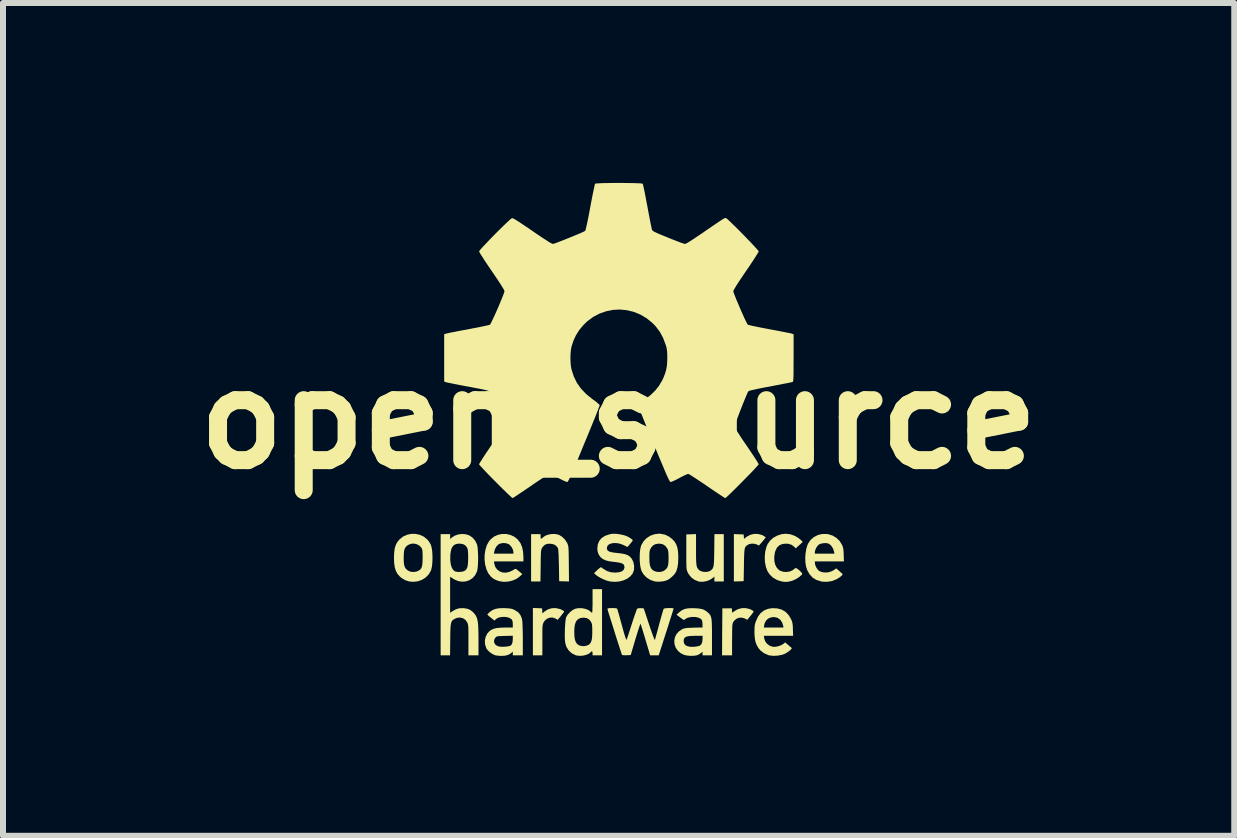
<source format=kicad_pcb>
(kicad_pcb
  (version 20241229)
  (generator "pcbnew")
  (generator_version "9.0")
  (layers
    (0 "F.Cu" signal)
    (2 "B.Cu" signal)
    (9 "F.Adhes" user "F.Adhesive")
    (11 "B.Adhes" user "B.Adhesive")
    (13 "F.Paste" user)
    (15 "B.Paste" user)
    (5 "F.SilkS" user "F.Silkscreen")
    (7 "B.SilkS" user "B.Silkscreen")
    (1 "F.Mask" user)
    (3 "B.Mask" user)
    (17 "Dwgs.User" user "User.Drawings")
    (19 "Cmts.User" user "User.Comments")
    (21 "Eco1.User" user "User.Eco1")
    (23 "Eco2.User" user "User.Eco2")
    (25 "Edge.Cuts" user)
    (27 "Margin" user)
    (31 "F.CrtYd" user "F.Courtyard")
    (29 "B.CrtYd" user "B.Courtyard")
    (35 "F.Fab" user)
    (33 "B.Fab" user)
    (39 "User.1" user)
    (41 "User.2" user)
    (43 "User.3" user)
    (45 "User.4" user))
  (footprint "open_source"
    (layer "F.Cu")
    (at 7.264 3.944)
    (property "Reference" "open_source" (at 0 0 0) (layer "F.SilkS") (effects (font (size 1.5 1.5) (thickness 0.3))))
    (attr board_only exclude_from_pos_files exclude_from_bom)
    (fp_poly (pts (xy 2.191 3.162) (xy 2.246 3.192) (xy 2.25 3.199) (xy 2.246 3.213) (xy 2.231 3.235) (xy 2.204 3.269) (xy 2.203 3.27) (xy 2.146 3.34) (xy 2.108 3.32) (xy 2.058 3.304) (xy 2.008 3.306) (xy 1.963 3.324) (xy 1.925 3.357) (xy 1.91 3.381) (xy 1.904 3.394) (xy 1.9 3.409) (xy 1.897 3.431) (xy 1.895 3.46) (xy 1.894 3.5) (xy 1.893 3.553) (xy 1.893 3.622) (xy 1.892 3.674) (xy 1.892 3.933) (xy 1.809 3.933) (xy 1.725 3.933) (xy 1.727 3.541) (xy 1.73 3.149) (xy 1.809 3.149) (xy 1.888 3.149) (xy 1.891 3.186) (xy 1.894 3.223) (xy 1.926 3.199) (xy 1.987 3.164) (xy 2.054 3.146) (xy 2.124 3.146)) (stroke (width 0) (type solid)) (fill yes) (layer "F.SilkS"))
    (fp_poly (pts (xy 2.324 1.909) (xy 2.389 1.926) (xy 2.421 1.943) (xy 2.454 1.963) (xy 2.435 1.989) (xy 2.418 2.012) (xy 2.393 2.041) (xy 2.378 2.059) (xy 2.34 2.102) (xy 2.309 2.086) (xy 2.27 2.073) (xy 2.224 2.07) (xy 2.182 2.077) (xy 2.156 2.088) (xy 2.138 2.1) (xy 2.125 2.111) (xy 2.114 2.125) (xy 2.106 2.143) (xy 2.101 2.168) (xy 2.097 2.202) (xy 2.094 2.248) (xy 2.092 2.307) (xy 2.09 2.383) (xy 2.09 2.425) (xy 2.085 2.696) (xy 2.003 2.699) (xy 1.922 2.701) (xy 1.922 2.306) (xy 1.922 1.911) (xy 2.003 1.914) (xy 2.085 1.917) (xy 2.088 1.954) (xy 2.091 1.99) (xy 2.134 1.957) (xy 2.193 1.924) (xy 2.257 1.908)) (stroke (width 0) (type solid)) (fill yes) (layer "F.SilkS"))
    (fp_poly (pts (xy -1.353 3.146) (xy -1.276 3.149) (xy -1.273 3.191) (xy -1.27 3.233) (xy -1.232 3.2) (xy -1.177 3.166) (xy -1.113 3.147) (xy -1.047 3.145) (xy -0.98 3.16) (xy -0.959 3.168) (xy -0.931 3.183) (xy -0.912 3.195) (xy -0.907 3.201) (xy -0.913 3.212) (xy -0.928 3.233) (xy -0.951 3.262) (xy -0.961 3.275) (xy -1.016 3.341) (xy -1.048 3.321) (xy -1.094 3.304) (xy -1.142 3.303) (xy -1.188 3.319) (xy -1.227 3.349) (xy -1.249 3.381) (xy -1.256 3.395) (xy -1.261 3.409) (xy -1.265 3.426) (xy -1.268 3.448) (xy -1.27 3.479) (xy -1.271 3.52) (xy -1.271 3.574) (xy -1.271 3.644) (xy -1.271 3.679) (xy -1.271 3.933) (xy -1.35 3.933) (xy -1.429 3.933) (xy -1.429 3.538) (xy -1.429 3.143)) (stroke (width 0) (type solid)) (fill yes) (layer "F.SilkS"))
    (fp_poly (pts (xy 1.291 2.168) (xy 1.291 2.253) (xy 1.292 2.321) (xy 1.294 2.373) (xy 1.297 2.414) (xy 1.302 2.444) (xy 1.309 2.467) (xy 1.319 2.485) (xy 1.331 2.5) (xy 1.344 2.513) (xy 1.377 2.531) (xy 1.419 2.541) (xy 1.465 2.542) (xy 1.507 2.533) (xy 1.525 2.524) (xy 1.543 2.512) (xy 1.558 2.498) (xy 1.57 2.482) (xy 1.578 2.461) (xy 1.585 2.432) (xy 1.589 2.393) (xy 1.592 2.341) (xy 1.593 2.275) (xy 1.595 2.192) (xy 1.595 2.176) (xy 1.598 1.912) (xy 1.676 1.912) (xy 1.754 1.912) (xy 1.754 2.306) (xy 1.754 2.701) (xy 1.676 2.701) (xy 1.597 2.701) (xy 1.597 2.66) (xy 1.597 2.618) (xy 1.575 2.639) (xy 1.528 2.671) (xy 1.471 2.694) (xy 1.411 2.706) (xy 1.354 2.705) (xy 1.336 2.702) (xy 1.266 2.674) (xy 1.209 2.631) (xy 1.165 2.574) (xy 1.151 2.548) (xy 1.145 2.533) (xy 1.14 2.519) (xy 1.136 2.502) (xy 1.133 2.481) (xy 1.131 2.452) (xy 1.13 2.414) (xy 1.129 2.364) (xy 1.129 2.3) (xy 1.129 2.218) (xy 1.129 2.208) (xy 1.129 1.917) (xy 1.21 1.914) (xy 1.291 1.911)) (stroke (width 0) (type solid)) (fill yes) (layer "F.SilkS"))
    (fp_poly (pts (xy -1.007 1.92) (xy -0.994 1.924) (xy -0.943 1.955) (xy -0.897 1.999) (xy -0.862 2.051) (xy -0.856 2.063) (xy -0.85 2.078) (xy -0.844 2.093) (xy -0.84 2.11) (xy -0.837 2.132) (xy -0.835 2.161) (xy -0.833 2.199) (xy -0.832 2.25) (xy -0.831 2.315) (xy -0.83 2.396) (xy -0.83 2.408) (xy -0.827 2.701) (xy -0.909 2.699) (xy -0.991 2.696) (xy -0.995 2.43) (xy -0.998 2.335) (xy -1 2.259) (xy -1.004 2.202) (xy -1.007 2.163) (xy -1.011 2.144) (xy -1.012 2.144) (xy -1.042 2.105) (xy -1.081 2.082) (xy -1.132 2.072) (xy -1.186 2.073) (xy -1.227 2.088) (xy -1.259 2.117) (xy -1.273 2.136) (xy -1.28 2.148) (xy -1.285 2.16) (xy -1.289 2.175) (xy -1.293 2.195) (xy -1.295 2.223) (xy -1.296 2.262) (xy -1.298 2.313) (xy -1.299 2.38) (xy -1.299 2.437) (xy -1.303 2.701) (xy -1.381 2.701) (xy -1.459 2.701) (xy -1.459 2.306) (xy -1.459 1.912) (xy -1.38 1.912) (xy -1.301 1.912) (xy -1.301 1.952) (xy -1.299 1.98) (xy -1.292 1.989) (xy -1.277 1.981) (xy -1.262 1.967) (xy -1.224 1.939) (xy -1.174 1.92) (xy -1.118 1.91) (xy -1.06 1.909)) (stroke (width 0) (type solid)) (fill yes) (layer "F.SilkS"))
    (fp_poly (pts (xy 2.862 1.914) (xy 2.87 1.916) (xy 2.935 1.94) (xy 2.994 1.973) (xy 3.042 2.012) (xy 3.046 2.016) (xy 3.07 2.042) (xy 3.012 2.096) (xy 2.953 2.149) (xy 2.929 2.123) (xy 2.885 2.09) (xy 2.829 2.073) (xy 2.789 2.07) (xy 2.728 2.077) (xy 2.679 2.099) (xy 2.641 2.137) (xy 2.614 2.191) (xy 2.606 2.22) (xy 2.595 2.291) (xy 2.597 2.359) (xy 2.611 2.42) (xy 2.637 2.471) (xy 2.673 2.509) (xy 2.69 2.52) (xy 2.743 2.539) (xy 2.8 2.543) (xy 2.856 2.534) (xy 2.904 2.512) (xy 2.928 2.493) (xy 2.945 2.479) (xy 2.961 2.479) (xy 2.972 2.484) (xy 2.992 2.498) (xy 3.018 2.52) (xy 3.032 2.534) (xy 3.053 2.556) (xy 3.062 2.57) (xy 3.06 2.58) (xy 3.05 2.593) (xy 3.05 2.593) (xy 3.01 2.628) (xy 2.959 2.66) (xy 2.903 2.686) (xy 2.886 2.692) (xy 2.826 2.706) (xy 2.769 2.708) (xy 2.715 2.7) (xy 2.643 2.677) (xy 2.577 2.639) (xy 2.523 2.589) (xy 2.483 2.531) (xy 2.456 2.46) (xy 2.44 2.378) (xy 2.437 2.291) (xy 2.444 2.206) (xy 2.464 2.127) (xy 2.483 2.081) (xy 2.524 2.022) (xy 2.578 1.973) (xy 2.643 1.937) (xy 2.715 1.913) (xy 2.789 1.905)) (stroke (width 0) (type solid)) (fill yes) (layer "F.SilkS"))
    (fp_poly (pts (xy -1.874 1.909) (xy -1.805 1.925) (xy -1.741 1.954) (xy -1.685 1.998) (xy -1.64 2.056) (xy -1.634 2.067) (xy -1.608 2.131) (xy -1.592 2.209) (xy -1.587 2.298) (xy -1.587 2.298) (xy -1.587 2.366) (xy -1.833 2.366) (xy -2.078 2.366) (xy -2.073 2.403) (xy -2.056 2.459) (xy -2.025 2.502) (xy -1.983 2.533) (xy -1.934 2.551) (xy -1.878 2.554) (xy -1.82 2.541) (xy -1.76 2.513) (xy -1.739 2.499) (xy -1.727 2.492) (xy -1.716 2.491) (xy -1.7 2.5) (xy -1.676 2.518) (xy -1.662 2.53) (xy -1.606 2.577) (xy -1.648 2.618) (xy -1.702 2.657) (xy -1.769 2.686) (xy -1.841 2.703) (xy -1.915 2.707) (xy -1.985 2.697) (xy -1.989 2.696) (xy -2.042 2.678) (xy -2.083 2.657) (xy -2.119 2.629) (xy -2.135 2.614) (xy -2.176 2.559) (xy -2.206 2.492) (xy -2.226 2.415) (xy -2.235 2.334) (xy -2.233 2.251) (xy -2.231 2.237) (xy -2.079 2.237) (xy -1.917 2.237) (xy -1.754 2.237) (xy -1.754 2.209) (xy -1.762 2.171) (xy -1.782 2.131) (xy -1.81 2.096) (xy -1.833 2.078) (xy -1.879 2.063) (xy -1.929 2.06) (xy -1.977 2.07) (xy -2.002 2.082) (xy -2.037 2.117) (xy -2.063 2.165) (xy -2.073 2.205) (xy -2.079 2.237) (xy -2.231 2.237) (xy -2.22 2.17) (xy -2.197 2.096) (xy -2.162 2.033) (xy -2.136 2.001) (xy -2.079 1.954) (xy -2.014 1.924) (xy -1.945 1.909)) (stroke (width 0) (type solid)) (fill yes) (layer "F.SilkS"))
    (fp_poly (pts (xy 2.646 3.15) (xy 2.72 3.17) (xy 2.783 3.207) (xy 2.835 3.261) (xy 2.87 3.319) (xy 2.885 3.35) (xy 2.894 3.376) (xy 2.9 3.404) (xy 2.904 3.438) (xy 2.906 3.486) (xy 2.906 3.496) (xy 2.91 3.607) (xy 2.666 3.607) (xy 2.422 3.607) (xy 2.428 3.648) (xy 2.444 3.699) (xy 2.476 3.741) (xy 2.52 3.773) (xy 2.572 3.79) (xy 2.616 3.79) (xy 2.666 3.78) (xy 2.714 3.762) (xy 2.748 3.741) (xy 2.777 3.717) (xy 2.83 3.762) (xy 2.857 3.785) (xy 2.877 3.802) (xy 2.887 3.811) (xy 2.887 3.811) (xy 2.885 3.821) (xy 2.87 3.838) (xy 2.846 3.859) (xy 2.816 3.88) (xy 2.785 3.9) (xy 2.766 3.909) (xy 2.711 3.927) (xy 2.647 3.938) (xy 2.582 3.941) (xy 2.523 3.935) (xy 2.496 3.929) (xy 2.423 3.896) (xy 2.365 3.851) (xy 2.332 3.812) (xy 2.304 3.764) (xy 2.284 3.713) (xy 2.272 3.655) (xy 2.266 3.584) (xy 2.265 3.543) (xy 2.266 3.49) (xy 2.267 3.469) (xy 2.422 3.469) (xy 2.586 3.469) (xy 2.749 3.469) (xy 2.744 3.437) (xy 2.726 3.384) (xy 2.696 3.34) (xy 2.656 3.311) (xy 2.647 3.306) (xy 2.592 3.294) (xy 2.54 3.3) (xy 2.494 3.32) (xy 2.458 3.354) (xy 2.434 3.4) (xy 2.428 3.428) (xy 2.422 3.469) (xy 2.267 3.469) (xy 2.268 3.449) (xy 2.274 3.414) (xy 2.284 3.379) (xy 2.29 3.363) (xy 2.324 3.287) (xy 2.369 3.227) (xy 2.425 3.184) (xy 2.493 3.157) (xy 2.564 3.146)) (stroke (width 0) (type solid)) (fill yes) (layer "F.SilkS"))
    (fp_poly (pts (xy 3.491 1.912) (xy 3.567 1.935) (xy 3.633 1.975) (xy 3.687 2.028) (xy 3.727 2.094) (xy 3.738 2.123) (xy 3.746 2.154) (xy 3.75 2.194) (xy 3.753 2.248) (xy 3.753 2.255) (xy 3.757 2.366) (xy 3.515 2.366) (xy 3.272 2.366) (xy 3.273 2.393) (xy 3.28 2.433) (xy 3.301 2.476) (xy 3.328 2.512) (xy 3.342 2.524) (xy 3.383 2.543) (xy 3.431 2.551) (xy 3.495 2.549) (xy 3.553 2.531) (xy 3.593 2.508) (xy 3.629 2.483) (xy 3.682 2.529) (xy 3.708 2.553) (xy 3.727 2.571) (xy 3.736 2.581) (xy 3.736 2.582) (xy 3.728 2.595) (xy 3.707 2.615) (xy 3.678 2.637) (xy 3.645 2.658) (xy 3.631 2.665) (xy 3.554 2.695) (xy 3.471 2.707) (xy 3.388 2.703) (xy 3.376 2.7) (xy 3.299 2.676) (xy 3.235 2.636) (xy 3.184 2.581) (xy 3.145 2.512) (xy 3.125 2.449) (xy 3.115 2.384) (xy 3.112 2.31) (xy 3.117 2.233) (xy 3.121 2.211) (xy 3.272 2.211) (xy 3.272 2.237) (xy 3.436 2.237) (xy 3.599 2.237) (xy 3.593 2.205) (xy 3.573 2.147) (xy 3.543 2.102) (xy 3.519 2.081) (xy 3.495 2.068) (xy 3.47 2.062) (xy 3.436 2.061) (xy 3.425 2.062) (xy 3.374 2.07) (xy 3.339 2.085) (xy 3.339 2.085) (xy 3.313 2.112) (xy 3.291 2.148) (xy 3.276 2.187) (xy 3.272 2.211) (xy 3.121 2.211) (xy 3.129 2.16) (xy 3.147 2.097) (xy 3.16 2.068) (xy 3.202 2.007) (xy 3.257 1.96) (xy 3.322 1.927) (xy 3.394 1.909) (xy 3.471 1.909)) (stroke (width 0) (type solid)) (fill yes) (layer "F.SilkS"))
    (fp_poly (pts (xy -3.382 1.908) (xy -3.312 1.924) (xy -3.248 1.954) (xy -3.192 1.999) (xy -3.175 2.019) (xy -3.153 2.05) (xy -3.134 2.083) (xy -3.129 2.094) (xy -3.117 2.137) (xy -3.108 2.193) (xy -3.104 2.259) (xy -3.103 2.328) (xy -3.106 2.395) (xy -3.113 2.456) (xy -3.124 2.504) (xy -3.129 2.519) (xy -3.166 2.583) (xy -3.217 2.635) (xy -3.279 2.674) (xy -3.35 2.699) (xy -3.427 2.707) (xy -3.49 2.701) (xy -3.562 2.678) (xy -3.627 2.637) (xy -3.649 2.617) (xy -3.687 2.574) (xy -3.714 2.524) (xy -3.732 2.465) (xy -3.742 2.393) (xy -3.745 2.306) (xy -3.583 2.306) (xy -3.582 2.371) (xy -3.577 2.419) (xy -3.567 2.455) (xy -3.552 2.483) (xy -3.529 2.506) (xy -3.509 2.521) (xy -3.468 2.538) (xy -3.419 2.543) (xy -3.37 2.536) (xy -3.341 2.525) (xy -3.314 2.507) (xy -3.294 2.487) (xy -3.281 2.46) (xy -3.273 2.423) (xy -3.269 2.373) (xy -3.267 2.307) (xy -3.267 2.306) (xy -3.268 2.251) (xy -3.269 2.211) (xy -3.272 2.182) (xy -3.277 2.162) (xy -3.284 2.145) (xy -3.287 2.14) (xy -3.319 2.105) (xy -3.362 2.081) (xy -3.411 2.069) (xy -3.46 2.072) (xy -3.505 2.09) (xy -3.509 2.092) (xy -3.538 2.114) (xy -3.558 2.138) (xy -3.571 2.168) (xy -3.579 2.208) (xy -3.582 2.261) (xy -3.583 2.306) (xy -3.745 2.306) (xy -3.742 2.221) (xy -3.733 2.15) (xy -3.715 2.092) (xy -3.689 2.043) (xy -3.653 2) (xy -3.65 1.997) (xy -3.592 1.951) (xy -3.525 1.922) (xy -3.455 1.907)) (stroke (width 0) (type solid)) (fill yes) (layer "F.SilkS"))
    (fp_poly (pts (xy 0.703 1.906) (xy 0.776 1.921) (xy 0.841 1.953) (xy 0.892 1.992) (xy 0.931 2.033) (xy 0.959 2.079) (xy 0.979 2.132) (xy 0.99 2.195) (xy 0.995 2.273) (xy 0.995 2.306) (xy 0.992 2.398) (xy 0.98 2.473) (xy 0.961 2.532) (xy 0.956 2.543) (xy 0.928 2.584) (xy 0.888 2.625) (xy 0.844 2.66) (xy 0.808 2.68) (xy 0.756 2.696) (xy 0.695 2.704) (xy 0.634 2.704) (xy 0.603 2.7) (xy 0.531 2.676) (xy 0.467 2.636) (xy 0.416 2.583) (xy 0.382 2.526) (xy 0.368 2.479) (xy 0.358 2.419) (xy 0.352 2.35) (xy 0.352 2.306) (xy 0.513 2.306) (xy 0.515 2.378) (xy 0.523 2.433) (xy 0.538 2.474) (xy 0.56 2.504) (xy 0.59 2.525) (xy 0.591 2.526) (xy 0.637 2.54) (xy 0.687 2.543) (xy 0.734 2.533) (xy 0.759 2.521) (xy 0.788 2.498) (xy 0.809 2.473) (xy 0.822 2.442) (xy 0.829 2.401) (xy 0.833 2.346) (xy 0.833 2.311) (xy 0.832 2.257) (xy 0.83 2.219) (xy 0.826 2.19) (xy 0.82 2.168) (xy 0.813 2.154) (xy 0.781 2.109) (xy 0.738 2.081) (xy 0.685 2.07) (xy 0.676 2.07) (xy 0.619 2.077) (xy 0.574 2.1) (xy 0.541 2.138) (xy 0.535 2.149) (xy 0.525 2.171) (xy 0.518 2.193) (xy 0.515 2.221) (xy 0.513 2.26) (xy 0.513 2.306) (xy 0.352 2.306) (xy 0.352 2.278) (xy 0.355 2.208) (xy 0.364 2.147) (xy 0.377 2.098) (xy 0.379 2.095) (xy 0.416 2.031) (xy 0.467 1.978) (xy 0.529 1.938) (xy 0.599 1.913) (xy 0.674 1.904)) (stroke (width 0) (type solid)) (fill yes) (layer "F.SilkS"))
    (fp_poly (pts (xy -0.276 3.381) (xy -0.276 3.933) (xy -0.355 3.933) (xy -0.434 3.933) (xy -0.434 3.898) (xy -0.437 3.872) (xy -0.446 3.865) (xy -0.461 3.876) (xy -0.465 3.88) (xy -0.497 3.907) (xy -0.544 3.926) (xy -0.597 3.938) (xy -0.653 3.941) (xy -0.705 3.934) (xy -0.721 3.929) (xy -0.783 3.897) (xy -0.833 3.85) (xy -0.87 3.792) (xy -0.887 3.739) (xy -0.893 3.701) (xy -0.896 3.651) (xy -0.897 3.592) (xy -0.896 3.537) (xy -0.739 3.537) (xy -0.737 3.611) (xy -0.729 3.668) (xy -0.714 3.711) (xy -0.692 3.743) (xy -0.661 3.764) (xy -0.645 3.771) (xy -0.594 3.78) (xy -0.54 3.774) (xy -0.502 3.758) (xy -0.478 3.739) (xy -0.46 3.711) (xy -0.448 3.673) (xy -0.441 3.622) (xy -0.439 3.554) (xy -0.439 3.539) (xy -0.439 3.484) (xy -0.441 3.445) (xy -0.444 3.417) (xy -0.45 3.396) (xy -0.459 3.376) (xy -0.489 3.336) (xy -0.53 3.312) (xy -0.581 3.304) (xy -0.599 3.305) (xy -0.647 3.314) (xy -0.683 3.335) (xy -0.71 3.368) (xy -0.728 3.417) (xy -0.737 3.481) (xy -0.739 3.537) (xy -0.896 3.537) (xy -0.896 3.528) (xy -0.894 3.465) (xy -0.89 3.405) (xy -0.885 3.353) (xy -0.879 3.314) (xy -0.873 3.294) (xy -0.85 3.256) (xy -0.815 3.217) (xy -0.774 3.183) (xy -0.733 3.16) (xy -0.722 3.156) (xy -0.668 3.146) (xy -0.61 3.147) (xy -0.555 3.157) (xy -0.506 3.176) (xy -0.47 3.201) (xy -0.465 3.207) (xy -0.45 3.22) (xy -0.442 3.223) (xy -0.44 3.214) (xy -0.437 3.188) (xy -0.436 3.148) (xy -0.434 3.097) (xy -0.434 3.038) (xy -0.434 3.026) (xy -0.434 2.829) (xy -0.355 2.829) (xy -0.276 2.829)) (stroke (width 0) (type solid)) (fill yes) (layer "F.SilkS"))
    (fp_poly (pts (xy -0.017 1.909) (xy 0.039 1.918) (xy 0.091 1.93) (xy 0.127 1.942) (xy 0.164 1.96) (xy 0.198 1.98) (xy 0.223 1.998) (xy 0.236 2.011) (xy 0.236 2.014) (xy 0.231 2.025) (xy 0.215 2.047) (xy 0.193 2.074) (xy 0.192 2.075) (xy 0.147 2.127) (xy 0.087 2.096) (xy 0.032 2.074) (xy -0.022 2.062) (xy -0.073 2.06) (xy -0.119 2.066) (xy -0.157 2.081) (xy -0.183 2.104) (xy -0.195 2.134) (xy -0.193 2.163) (xy -0.184 2.182) (xy -0.165 2.197) (xy -0.135 2.209) (xy -0.09 2.218) (xy -0.029 2.226) (xy -0.014 2.227) (xy 0.058 2.236) (xy 0.114 2.248) (xy 0.157 2.265) (xy 0.19 2.288) (xy 0.217 2.319) (xy 0.219 2.322) (xy 0.246 2.376) (xy 0.259 2.439) (xy 0.257 2.504) (xy 0.255 2.515) (xy 0.234 2.569) (xy 0.196 2.615) (xy 0.145 2.654) (xy 0.083 2.682) (xy 0.013 2.701) (xy -0.064 2.707) (xy -0.144 2.701) (xy -0.148 2.7) (xy -0.197 2.687) (xy -0.253 2.665) (xy -0.308 2.638) (xy -0.355 2.609) (xy -0.375 2.594) (xy -0.409 2.564) (xy -0.379 2.533) (xy -0.353 2.508) (xy -0.327 2.485) (xy -0.322 2.482) (xy -0.294 2.462) (xy -0.251 2.493) (xy -0.191 2.528) (xy -0.129 2.547) (xy -0.059 2.553) (xy 0.005 2.548) (xy 0.053 2.533) (xy 0.083 2.509) (xy 0.097 2.475) (xy 0.097 2.452) (xy 0.091 2.428) (xy 0.076 2.41) (xy 0.051 2.397) (xy 0.013 2.387) (xy -0.042 2.379) (xy -0.067 2.376) (xy -0.148 2.366) (xy -0.213 2.35) (xy -0.263 2.327) (xy -0.301 2.296) (xy -0.329 2.257) (xy -0.336 2.242) (xy -0.348 2.207) (xy -0.354 2.167) (xy -0.355 2.155) (xy -0.347 2.084) (xy -0.323 2.025) (xy -0.283 1.977) (xy -0.227 1.941) (xy -0.155 1.916) (xy -0.112 1.907) (xy -0.07 1.905)) (stroke (width 0) (type solid)) (fill yes) (layer "F.SilkS"))
    (fp_poly (pts (xy -1.891 3.146) (xy -1.841 3.149) (xy -1.804 3.153) (xy -1.776 3.159) (xy -1.749 3.169) (xy -1.728 3.18) (xy -1.675 3.214) (xy -1.639 3.257) (xy -1.615 3.312) (xy -1.607 3.351) (xy -1.604 3.379) (xy -1.602 3.422) (xy -1.6 3.479) (xy -1.598 3.545) (xy -1.597 3.616) (xy -1.597 3.674) (xy -1.597 3.933) (xy -1.681 3.933) (xy -1.764 3.933) (xy -1.764 3.901) (xy -1.764 3.87) (xy -1.787 3.891) (xy -1.829 3.92) (xy -1.884 3.937) (xy -1.952 3.942) (xy -1.954 3.942) (xy -1.994 3.94) (xy -2.031 3.936) (xy -2.056 3.932) (xy -2.105 3.91) (xy -2.152 3.877) (xy -2.19 3.838) (xy -2.206 3.813) (xy -2.226 3.753) (xy -2.229 3.711) (xy -2.077 3.711) (xy -2.063 3.744) (xy -2.034 3.77) (xy -1.995 3.785) (xy -1.962 3.789) (xy -1.921 3.79) (xy -1.878 3.787) (xy -1.839 3.782) (xy -1.81 3.776) (xy -1.803 3.772) (xy -1.781 3.749) (xy -1.768 3.711) (xy -1.764 3.66) (xy -1.764 3.606) (xy -1.898 3.609) (xy -1.952 3.611) (xy -1.99 3.612) (xy -2.015 3.615) (xy -2.031 3.619) (xy -2.043 3.626) (xy -2.052 3.636) (xy -2.056 3.64) (xy -2.075 3.675) (xy -2.077 3.711) (xy -2.229 3.711) (xy -2.23 3.69) (xy -2.218 3.628) (xy -2.191 3.572) (xy -2.155 3.531) (xy -2.122 3.507) (xy -2.083 3.49) (xy -2.035 3.478) (xy -1.974 3.472) (xy -1.898 3.469) (xy -1.891 3.469) (xy -1.764 3.469) (xy -1.764 3.411) (xy -1.767 3.369) (xy -1.776 3.342) (xy -1.782 3.334) (xy -1.813 3.311) (xy -1.856 3.297) (xy -1.906 3.291) (xy -1.957 3.294) (xy -2.003 3.304) (xy -2.039 3.324) (xy -2.045 3.329) (xy -2.069 3.353) (xy -2.129 3.306) (xy -2.157 3.283) (xy -2.178 3.264) (xy -2.188 3.253) (xy -2.188 3.252) (xy -2.181 3.242) (xy -2.163 3.224) (xy -2.147 3.209) (xy -2.105 3.18) (xy -2.059 3.16) (xy -2.004 3.149) (xy -1.936 3.145)) (stroke (width 0) (type solid)) (fill yes) (layer "F.SilkS"))
    (fp_poly (pts (xy 1.265 3.147) (xy 1.328 3.151) (xy 1.375 3.158) (xy 1.412 3.168) (xy 1.443 3.184) (xy 1.473 3.206) (xy 1.478 3.21) (xy 1.499 3.228) (xy 1.516 3.246) (xy 1.529 3.264) (xy 1.539 3.286) (xy 1.546 3.313) (xy 1.551 3.349) (xy 1.554 3.395) (xy 1.556 3.454) (xy 1.557 3.527) (xy 1.557 3.618) (xy 1.557 3.63) (xy 1.557 3.933) (xy 1.478 3.933) (xy 1.4 3.933) (xy 1.4 3.902) (xy 1.4 3.872) (xy 1.37 3.897) (xy 1.339 3.917) (xy 1.306 3.932) (xy 1.303 3.932) (xy 1.255 3.94) (xy 1.197 3.941) (xy 1.14 3.936) (xy 1.092 3.925) (xy 1.091 3.925) (xy 1.031 3.894) (xy 0.985 3.853) (xy 0.952 3.804) (xy 0.933 3.749) (xy 0.929 3.698) (xy 1.085 3.698) (xy 1.093 3.736) (xy 1.116 3.765) (xy 1.148 3.78) (xy 1.176 3.786) (xy 1.188 3.789) (xy 1.215 3.791) (xy 1.253 3.79) (xy 1.294 3.786) (xy 1.33 3.779) (xy 1.355 3.771) (xy 1.358 3.769) (xy 1.382 3.745) (xy 1.395 3.708) (xy 1.4 3.657) (xy 1.4 3.656) (xy 1.4 3.607) (xy 1.276 3.607) (xy 1.209 3.609) (xy 1.159 3.614) (xy 1.124 3.623) (xy 1.102 3.638) (xy 1.089 3.661) (xy 1.085 3.691) (xy 1.085 3.698) (xy 0.929 3.698) (xy 0.928 3.692) (xy 0.938 3.636) (xy 0.962 3.583) (xy 1.001 3.537) (xy 1.055 3.5) (xy 1.064 3.495) (xy 1.086 3.487) (xy 1.11 3.481) (xy 1.14 3.476) (xy 1.182 3.474) (xy 1.238 3.472) (xy 1.254 3.471) (xy 1.4 3.468) (xy 1.399 3.417) (xy 1.397 3.382) (xy 1.391 3.352) (xy 1.387 3.342) (xy 1.365 3.32) (xy 1.33 3.304) (xy 1.285 3.294) (xy 1.236 3.292) (xy 1.188 3.297) (xy 1.144 3.309) (xy 1.111 3.329) (xy 1.11 3.33) (xy 1.099 3.339) (xy 1.089 3.342) (xy 1.075 3.336) (xy 1.054 3.322) (xy 1.028 3.302) (xy 0.966 3.255) (xy 1.01 3.215) (xy 1.052 3.183) (xy 1.099 3.161) (xy 1.155 3.149) (xy 1.224 3.146)) (stroke (width 0) (type solid)) (fill yes) (layer "F.SilkS"))
    (fp_poly (pts (xy 0.888 3.145) (xy 0.91 3.147) (xy 0.917 3.151) (xy 0.915 3.16) (xy 0.909 3.18) (xy 0.899 3.213) (xy 0.884 3.261) (xy 0.864 3.323) (xy 0.84 3.4) (xy 0.81 3.494) (xy 0.774 3.605) (xy 0.738 3.718) (xy 0.669 3.933) (xy 0.597 3.933) (xy 0.526 3.933) (xy 0.448 3.671) (xy 0.428 3.603) (xy 0.409 3.541) (xy 0.393 3.487) (xy 0.379 3.446) (xy 0.37 3.418) (xy 0.365 3.406) (xy 0.365 3.406) (xy 0.361 3.414) (xy 0.352 3.438) (xy 0.339 3.477) (xy 0.322 3.528) (xy 0.304 3.588) (xy 0.283 3.655) (xy 0.28 3.665) (xy 0.202 3.928) (xy 0.131 3.931) (xy 0.096 3.931) (xy 0.069 3.929) (xy 0.057 3.926) (xy 0.056 3.926) (xy 0.052 3.914) (xy 0.043 3.886) (xy 0.029 3.844) (xy 0.012 3.791) (xy -0.008 3.729) (xy -0.03 3.661) (xy -0.053 3.588) (xy -0.076 3.514) (xy -0.099 3.441) (xy -0.121 3.371) (xy -0.141 3.307) (xy -0.159 3.251) (xy -0.173 3.206) (xy -0.182 3.173) (xy -0.187 3.157) (xy -0.187 3.155) (xy -0.178 3.15) (xy -0.155 3.146) (xy -0.124 3.144) (xy -0.089 3.144) (xy -0.058 3.146) (xy -0.034 3.15) (xy -0.024 3.155) (xy -0.02 3.166) (xy -0.012 3.195) (xy 0.001 3.237) (xy 0.016 3.291) (xy 0.033 3.353) (xy 0.052 3.422) (xy 0.054 3.428) (xy 0.075 3.506) (xy 0.092 3.566) (xy 0.106 3.611) (xy 0.116 3.642) (xy 0.123 3.661) (xy 0.129 3.67) (xy 0.133 3.671) (xy 0.136 3.665) (xy 0.142 3.649) (xy 0.153 3.617) (xy 0.168 3.571) (xy 0.186 3.516) (xy 0.206 3.454) (xy 0.222 3.404) (xy 0.243 3.339) (xy 0.263 3.28) (xy 0.281 3.229) (xy 0.295 3.19) (xy 0.304 3.164) (xy 0.308 3.156) (xy 0.326 3.148) (xy 0.361 3.146) (xy 0.369 3.146) (xy 0.419 3.149) (xy 0.509 3.42) (xy 0.532 3.488) (xy 0.553 3.549) (xy 0.572 3.601) (xy 0.587 3.641) (xy 0.598 3.667) (xy 0.604 3.677) (xy 0.605 3.676) (xy 0.609 3.663) (xy 0.617 3.634) (xy 0.629 3.59) (xy 0.644 3.536) (xy 0.661 3.474) (xy 0.676 3.415) (xy 0.695 3.348) (xy 0.712 3.287) (xy 0.727 3.235) (xy 0.739 3.194) (xy 0.748 3.167) (xy 0.752 3.157) (xy 0.765 3.151) (xy 0.79 3.147) (xy 0.823 3.145) (xy 0.857 3.144)) (stroke (width 0) (type solid)) (fill yes) (layer "F.SilkS"))
    (fp_poly (pts (xy -2.548 1.914) (xy -2.491 1.932) (xy -2.437 1.968) (xy -2.393 2.018) (xy -2.363 2.078) (xy -2.359 2.089) (xy -2.352 2.125) (xy -2.347 2.176) (xy -2.344 2.236) (xy -2.342 2.302) (xy -2.343 2.368) (xy -2.346 2.429) (xy -2.351 2.482) (xy -2.357 2.521) (xy -2.36 2.531) (xy -2.39 2.594) (xy -2.433 2.643) (xy -2.486 2.679) (xy -2.546 2.7) (xy -2.611 2.705) (xy -2.677 2.694) (xy -2.743 2.665) (xy -2.757 2.656) (xy -2.809 2.622) (xy -2.809 2.923) (xy -2.809 3.224) (xy -2.767 3.195) (xy -2.712 3.164) (xy -2.657 3.148) (xy -2.594 3.146) (xy -2.583 3.146) (xy -2.525 3.155) (xy -2.479 3.173) (xy -2.437 3.203) (xy -2.421 3.219) (xy -2.399 3.244) (xy -2.381 3.269) (xy -2.367 3.298) (xy -2.356 3.332) (xy -2.348 3.374) (xy -2.342 3.426) (xy -2.339 3.49) (xy -2.337 3.569) (xy -2.336 3.665) (xy -2.336 3.684) (xy -2.336 3.933) (xy -2.42 3.933) (xy -2.504 3.933) (xy -2.504 3.679) (xy -2.504 3.601) (xy -2.504 3.54) (xy -2.505 3.494) (xy -2.506 3.46) (xy -2.509 3.434) (xy -2.512 3.415) (xy -2.517 3.4) (xy -2.523 3.386) (xy -2.526 3.38) (xy -2.556 3.339) (xy -2.598 3.313) (xy -2.645 3.302) (xy -2.696 3.308) (xy -2.73 3.323) (xy -2.751 3.335) (xy -2.767 3.347) (xy -2.78 3.362) (xy -2.789 3.383) (xy -2.796 3.41) (xy -2.801 3.447) (xy -2.804 3.495) (xy -2.806 3.558) (xy -2.807 3.638) (xy -2.807 3.669) (xy -2.81 3.933) (xy -2.889 3.933) (xy -2.967 3.933) (xy -2.967 2.922) (xy -2.967 2.344) (xy -2.807 2.344) (xy -2.799 2.412) (xy -2.783 2.467) (xy -2.759 2.508) (xy -2.729 2.532) (xy -2.727 2.533) (xy -2.693 2.541) (xy -2.652 2.542) (xy -2.61 2.538) (xy -2.577 2.529) (xy -2.572 2.526) (xy -2.548 2.509) (xy -2.531 2.487) (xy -2.52 2.457) (xy -2.513 2.415) (xy -2.509 2.36) (xy -2.508 2.306) (xy -2.509 2.248) (xy -2.511 2.206) (xy -2.514 2.175) (xy -2.52 2.153) (xy -2.526 2.138) (xy -2.553 2.101) (xy -2.592 2.079) (xy -2.643 2.07) (xy -2.653 2.07) (xy -2.704 2.075) (xy -2.743 2.093) (xy -2.772 2.124) (xy -2.792 2.17) (xy -2.803 2.232) (xy -2.806 2.265) (xy -2.807 2.344) (xy -2.967 2.344) (xy -2.967 1.912) (xy -2.888 1.912) (xy -2.809 1.912) (xy -2.809 1.953) (xy -2.809 1.994) (xy -2.787 1.973) (xy -2.738 1.94) (xy -2.678 1.918) (xy -2.613 1.909)) (stroke (width 0) (type solid)) (fill yes) (layer "F.SilkS"))
    (fp_poly (pts (xy 0.115 -3.943) (xy 0.188 -3.942) (xy 0.254 -3.941) (xy 0.311 -3.939) (xy 0.356 -3.937) (xy 0.387 -3.934) (xy 0.402 -3.931) (xy 0.402 -3.93) (xy 0.406 -3.918) (xy 0.413 -3.889) (xy 0.423 -3.844) (xy 0.435 -3.787) (xy 0.448 -3.72) (xy 0.462 -3.645) (xy 0.478 -3.563) (xy 0.493 -3.481) (xy 0.508 -3.403) (xy 0.521 -3.333) (xy 0.533 -3.273) (xy 0.543 -3.225) (xy 0.55 -3.191) (xy 0.554 -3.175) (xy 0.557 -3.165) (xy 0.561 -3.157) (xy 0.567 -3.149) (xy 0.578 -3.14) (xy 0.595 -3.13) (xy 0.62 -3.118) (xy 0.655 -3.102) (xy 0.702 -3.082) (xy 0.763 -3.057) (xy 0.84 -3.026) (xy 0.873 -3.012) (xy 0.934 -2.988) (xy 0.991 -2.966) (xy 1.039 -2.948) (xy 1.077 -2.935) (xy 1.101 -2.928) (xy 1.107 -2.927) (xy 1.122 -2.932) (xy 1.151 -2.947) (xy 1.193 -2.973) (xy 1.249 -3.009) (xy 1.32 -3.057) (xy 1.407 -3.115) (xy 1.433 -3.134) (xy 1.516 -3.19) (xy 1.584 -3.237) (xy 1.638 -3.274) (xy 1.682 -3.303) (xy 1.715 -3.325) (xy 1.739 -3.34) (xy 1.757 -3.351) (xy 1.77 -3.356) (xy 1.778 -3.359) (xy 1.785 -3.359) (xy 1.791 -3.357) (xy 1.792 -3.357) (xy 1.805 -3.348) (xy 1.829 -3.327) (xy 1.862 -3.296) (xy 1.903 -3.256) (xy 1.951 -3.21) (xy 2.002 -3.159) (xy 2.055 -3.105) (xy 2.108 -3.051) (xy 2.16 -2.997) (xy 2.209 -2.946) (xy 2.252 -2.9) (xy 2.288 -2.861) (xy 2.316 -2.83) (xy 2.332 -2.81) (xy 2.336 -2.803) (xy 2.331 -2.79) (xy 2.315 -2.764) (xy 2.291 -2.725) (xy 2.259 -2.675) (xy 2.221 -2.617) (xy 2.178 -2.552) (xy 2.13 -2.483) (xy 2.124 -2.474) (xy 2.06 -2.379) (xy 2.007 -2.3) (xy 1.966 -2.237) (xy 1.937 -2.189) (xy 1.919 -2.157) (xy 1.913 -2.14) (xy 1.912 -2.139) (xy 1.916 -2.122) (xy 1.927 -2.091) (xy 1.944 -2.048) (xy 1.965 -1.995) (xy 1.99 -1.937) (xy 2.016 -1.875) (xy 2.043 -1.812) (xy 2.07 -1.752) (xy 2.095 -1.696) (xy 2.118 -1.648) (xy 2.136 -1.611) (xy 2.15 -1.587) (xy 2.155 -1.58) (xy 2.169 -1.576) (xy 2.2 -1.568) (xy 2.245 -1.558) (xy 2.303 -1.546) (xy 2.371 -1.532) (xy 2.447 -1.518) (xy 2.523 -1.503) (xy 2.605 -1.488) (xy 2.68 -1.474) (xy 2.749 -1.46) (xy 2.806 -1.449) (xy 2.852 -1.44) (xy 2.882 -1.433) (xy 2.895 -1.429) (xy 2.918 -1.42) (xy 2.918 -1.026) (xy 2.917 -0.928) (xy 2.917 -0.847) (xy 2.917 -0.782) (xy 2.916 -0.732) (xy 2.915 -0.693) (xy 2.913 -0.666) (xy 2.911 -0.647) (xy 2.909 -0.636) (xy 2.905 -0.629) (xy 2.901 -0.626) (xy 2.9 -0.626) (xy 2.887 -0.622) (xy 2.856 -0.615) (xy 2.811 -0.606) (xy 2.753 -0.595) (xy 2.685 -0.581) (xy 2.609 -0.567) (xy 2.529 -0.551) (xy 2.43 -0.533) (xy 2.349 -0.517) (xy 2.285 -0.503) (xy 2.235 -0.492) (xy 2.2 -0.484) (xy 2.177 -0.476) (xy 2.164 -0.47) (xy 2.162 -0.468) (xy 2.154 -0.453) (xy 2.14 -0.422) (xy 2.122 -0.379) (xy 2.1 -0.327) (xy 2.076 -0.267) (xy 2.051 -0.204) (xy 2.025 -0.139) (xy 2.001 -0.076) (xy 1.979 -0.017) (xy 1.959 0.034) (xy 1.944 0.076) (xy 1.935 0.104) (xy 1.932 0.117) (xy 1.937 0.131) (xy 1.954 0.16) (xy 1.98 0.203) (xy 2.015 0.258) (xy 2.058 0.324) (xy 2.109 0.399) (xy 2.134 0.435) (xy 2.18 0.503) (xy 2.223 0.567) (xy 2.261 0.623) (xy 2.292 0.672) (xy 2.316 0.71) (xy 2.331 0.736) (xy 2.336 0.747) (xy 2.329 0.757) (xy 2.31 0.779) (xy 2.281 0.811) (xy 2.243 0.852) (xy 2.198 0.899) (xy 2.148 0.95) (xy 2.095 1.004) (xy 2.041 1.059) (xy 1.987 1.113) (xy 1.936 1.164) (xy 1.889 1.21) (xy 1.848 1.25) (xy 1.815 1.281) (xy 1.791 1.302) (xy 1.779 1.311) (xy 1.778 1.311) (xy 1.768 1.306) (xy 1.743 1.29) (xy 1.706 1.266) (xy 1.658 1.234) (xy 1.602 1.197) (xy 1.539 1.154) (xy 1.473 1.109) (xy 1.405 1.062) (xy 1.341 1.02) (xy 1.284 0.982) (xy 1.236 0.951) (xy 1.198 0.927) (xy 1.172 0.912) (xy 1.16 0.907) (xy 1.146 0.911) (xy 1.117 0.924) (xy 1.078 0.942) (xy 1.033 0.965) (xy 1.013 0.976) (xy 0.966 1.001) (xy 0.924 1.021) (xy 0.891 1.035) (xy 0.869 1.042) (xy 0.865 1.043) (xy 0.86 1.039) (xy 0.852 1.028) (xy 0.842 1.01) (xy 0.828 0.982) (xy 0.81 0.944) (xy 0.788 0.895) (xy 0.762 0.833) (xy 0.73 0.757) (xy 0.692 0.667) (xy 0.648 0.561) (xy 0.597 0.438) (xy 0.585 0.411) (xy 0.542 0.305) (xy 0.5 0.205) (xy 0.462 0.111) (xy 0.427 0.025) (xy 0.396 -0.052) (xy 0.37 -0.117) (xy 0.35 -0.169) (xy 0.335 -0.208) (xy 0.327 -0.23) (xy 0.325 -0.236) (xy 0.334 -0.251) (xy 0.36 -0.275) (xy 0.402 -0.308) (xy 0.437 -0.333) (xy 0.531 -0.405) (xy 0.608 -0.479) (xy 0.671 -0.558) (xy 0.723 -0.644) (xy 0.748 -0.696) (xy 0.775 -0.766) (xy 0.794 -0.832) (xy 0.806 -0.9) (xy 0.811 -0.977) (xy 0.812 -1.03) (xy 0.811 -1.088) (xy 0.809 -1.132) (xy 0.804 -1.169) (xy 0.797 -1.205) (xy 0.785 -1.245) (xy 0.742 -1.36) (xy 0.688 -1.461) (xy 0.619 -1.552) (xy 0.565 -1.608) (xy 0.468 -1.687) (xy 0.364 -1.749) (xy 0.253 -1.794) (xy 0.139 -1.822) (xy 0.023 -1.833) (xy -0.094 -1.827) (xy -0.208 -1.804) (xy -0.319 -1.765) (xy -0.425 -1.709) (xy -0.523 -1.636) (xy -0.588 -1.573) (xy -0.656 -1.491) (xy -0.71 -1.406) (xy -0.753 -1.313) (xy -0.786 -1.211) (xy -0.795 -1.16) (xy -0.801 -1.096) (xy -0.803 -1.025) (xy -0.801 -0.953) (xy -0.795 -0.887) (xy -0.785 -0.834) (xy -0.748 -0.719) (xy -0.697 -0.614) (xy -0.63 -0.518) (xy -0.546 -0.429) (xy -0.444 -0.345) (xy -0.427 -0.333) (xy -0.374 -0.294) (xy -0.338 -0.264) (xy -0.319 -0.244) (xy -0.315 -0.236) (xy -0.319 -0.224) (xy -0.33 -0.195) (xy -0.347 -0.151) (xy -0.369 -0.094) (xy -0.397 -0.024) (xy -0.43 0.056) (xy -0.466 0.145) (xy -0.506 0.242) (xy -0.548 0.344) (xy -0.576 0.411) (xy -0.628 0.538) (xy -0.673 0.647) (xy -0.713 0.74) (xy -0.746 0.819) (xy -0.774 0.883) (xy -0.796 0.935) (xy -0.815 0.975) (xy -0.829 1.005) (xy -0.84 1.025) (xy -0.848 1.038) (xy -0.854 1.043) (xy -0.855 1.043) (xy -0.87 1.039) (xy -0.899 1.028) (xy -0.938 1.01) (xy -0.983 0.987) (xy -1.003 0.976) (xy -1.05 0.952) (xy -1.092 0.931) (xy -1.125 0.916) (xy -1.146 0.908) (xy -1.151 0.907) (xy -1.163 0.912) (xy -1.189 0.928) (xy -1.228 0.952) (xy -1.277 0.983) (xy -1.334 1.021) (xy -1.398 1.064) (xy -1.463 1.109) (xy -1.531 1.155) (xy -1.594 1.198) (xy -1.65 1.235) (xy -1.697 1.267) (xy -1.734 1.291) (xy -1.759 1.306) (xy -1.768 1.311) (xy -1.778 1.304) (xy -1.799 1.285) (xy -1.831 1.255) (xy -1.873 1.215) (xy -1.922 1.167) (xy -1.977 1.113) (xy -2.036 1.054) (xy -2.053 1.037) (xy -2.113 0.976) (xy -2.169 0.919) (xy -2.218 0.868) (xy -2.26 0.823) (xy -2.293 0.787) (xy -2.316 0.762) (xy -2.326 0.748) (xy -2.326 0.747) (xy -2.321 0.735) (xy -2.305 0.709) (xy -2.281 0.67) (xy -2.25 0.622) (xy -2.212 0.564) (xy -2.169 0.501) (xy -2.124 0.435) (xy -2.07 0.356) (xy -2.023 0.286) (xy -1.984 0.226) (xy -1.954 0.178) (xy -1.934 0.142) (xy -1.923 0.121) (xy -1.922 0.117) (xy -1.926 0.103) (xy -1.936 0.073) (xy -1.951 0.031) (xy -1.97 -0.022) (xy -1.993 -0.081) (xy -2.018 -0.144) (xy -2.043 -0.209) (xy -2.068 -0.272) (xy -2.092 -0.331) (xy -2.114 -0.383) (xy -2.132 -0.425) (xy -2.145 -0.454) (xy -2.152 -0.468) (xy -2.161 -0.474) (xy -2.179 -0.48) (xy -2.21 -0.489) (xy -2.254 -0.499) (xy -2.312 -0.511) (xy -2.387 -0.525) (xy -2.479 -0.543) (xy -2.509 -0.548) (xy -2.59 -0.563) (xy -2.666 -0.578) (xy -2.734 -0.591) (xy -2.792 -0.603) (xy -2.837 -0.612) (xy -2.868 -0.619) (xy -2.881 -0.622) (xy -2.908 -0.633) (xy -2.908 -1.026) (xy -2.908 -1.42) (xy -2.885 -1.429) (xy -2.871 -1.433) (xy -2.839 -1.44) (xy -2.793 -1.45) (xy -2.734 -1.461) (xy -2.666 -1.475) (xy -2.589 -1.489) (xy -2.513 -1.503) (xy -2.432 -1.519) (xy -2.357 -1.533) (xy -2.289 -1.547) (xy -2.232 -1.559) (xy -2.187 -1.569) (xy -2.158 -1.576) (xy -2.145 -1.58) (xy -2.137 -1.592) (xy -2.122 -1.62) (xy -2.103 -1.66) (xy -2.079 -1.71) (xy -2.053 -1.767) (xy -2.026 -1.828) (xy -1.999 -1.891) (xy -1.973 -1.952) (xy -1.949 -2.01) (xy -1.929 -2.06) (xy -1.914 -2.1) (xy -1.905 -2.128) (xy -1.903 -2.139) (xy -1.908 -2.155) (xy -1.925 -2.186) (xy -1.954 -2.233) (xy -1.994 -2.295) (xy -2.045 -2.372) (xy -2.109 -2.465) (xy -2.114 -2.474) (xy -2.162 -2.543) (xy -2.206 -2.609) (xy -2.245 -2.668) (xy -2.277 -2.719) (xy -2.303 -2.759) (xy -2.319 -2.788) (xy -2.326 -2.802) (xy -2.326 -2.803) (xy -2.319 -2.814) (xy -2.3 -2.838) (xy -2.271 -2.871) (xy -2.232 -2.912) (xy -2.187 -2.959) (xy -2.138 -3.011) (xy -2.085 -3.065) (xy -2.031 -3.12) (xy -1.977 -3.173) (xy -1.927 -3.223) (xy -1.88 -3.267) (xy -1.84 -3.305) (xy -1.808 -3.334) (xy -1.787 -3.352) (xy -1.778 -3.357) (xy -1.768 -3.356) (xy -1.75 -3.348) (xy -1.724 -3.334) (xy -1.687 -3.311) (xy -1.639 -3.28) (xy -1.578 -3.239) (xy -1.503 -3.189) (xy -1.44 -3.145) (xy -1.349 -3.083) (xy -1.273 -3.032) (xy -1.211 -2.992) (xy -1.164 -2.961) (xy -1.129 -2.941) (xy -1.106 -2.93) (xy -1.096 -2.927) (xy -1.08 -2.931) (xy -1.049 -2.941) (xy -1.006 -2.957) (xy -0.954 -2.977) (xy -0.896 -3) (xy -0.834 -3.025) (xy -0.772 -3.05) (xy -0.712 -3.075) (xy -0.658 -3.097) (xy -0.613 -3.117) (xy -0.579 -3.133) (xy -0.559 -3.144) (xy -0.556 -3.146) (xy -0.551 -3.158) (xy -0.544 -3.188) (xy -0.534 -3.232) (xy -0.521 -3.29) (xy -0.507 -3.358) (xy -0.492 -3.435) (xy -0.477 -3.518) (xy -0.473 -3.538) (xy -0.457 -3.623) (xy -0.442 -3.701) (xy -0.428 -3.771) (xy -0.415 -3.832) (xy -0.405 -3.879) (xy -0.398 -3.913) (xy -0.393 -3.929) (xy -0.392 -3.93) (xy -0.38 -3.934) (xy -0.35 -3.936) (xy -0.306 -3.939) (xy -0.251 -3.941) (xy -0.186 -3.942) (xy -0.114 -3.943) (xy -0.038 -3.944) (xy 0.039 -3.944)) (stroke (width 0) (type solid)) (fill yes) (layer "F.SilkS")))
  (gr_rect
    (start -3 -3)
    (end 17.529 10.885)
    (stroke (width 0.1) (type default))
    (fill no)
    (layer "Edge.Cuts")))
</source>
